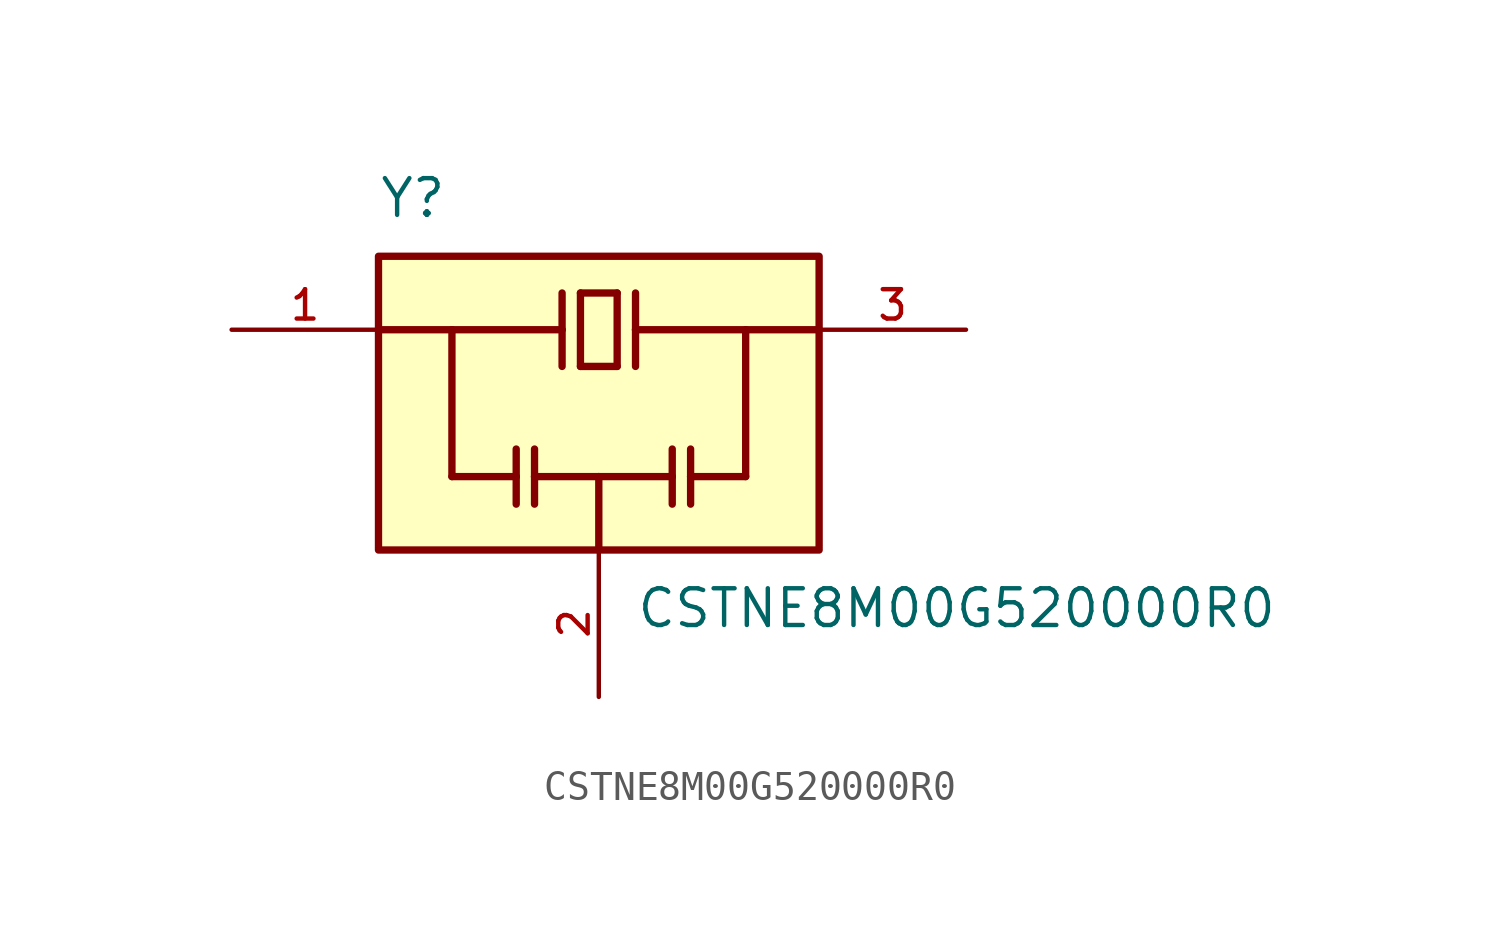
<source format=kicad_sym>
(kicad_symbol_lib
  (version 20211014)
  (generator kicad_symbol_editor)
  (symbol "CSTNE8M00G520000R0"
    (pin_names
      (offset 1.016))
    (property "Reference" "Y"
      (at -7.62 6.35 0)
      (effects (font (size 1.27 1.27)) (justify bottom left)))
    (property "Value" "CSTNE8M00G520000R0"
      (at 1.27 -6.35 0.0)
      (effects (font (size 1.27 1.27)) (justify top left)))
    (symbol "CSTNE8M00G520000R0_0_0"
      (polyline (pts (xy -1.27 3.81) (xy -1.27 2.54)) (stroke (width 0.254)))
      (polyline (pts (xy -1.27 2.54) (xy -1.27 1.27)) (stroke (width 0.254)))
      (polyline (pts (xy -0.635 1.27) (xy -0.635 3.81)) (stroke (width 0.254)))
      (polyline (pts (xy -0.635 3.81) (xy 0.635 3.81)) (stroke (width 0.254)))
      (polyline (pts (xy 0.635 3.81) (xy 0.635 1.27)) (stroke (width 0.254)))
      (polyline (pts (xy 0.635 1.27) (xy -0.635 1.27)) (stroke (width 0.254)))
      (polyline (pts (xy 1.27 3.81) (xy 1.27 2.54)) (stroke (width 0.254)))
      (polyline (pts (xy 1.27 2.54) (xy 1.27 1.27)) (stroke (width 0.254)))
      (polyline (pts (xy -2.857 -1.587) (xy -2.857 -2.54)) (stroke (width 0.254)))
      (polyline (pts (xy -2.857 -2.54) (xy -2.857 -3.493)) (stroke (width 0.254)))
      (polyline (pts (xy -2.223 -1.587) (xy -2.223 -2.54)) (stroke (width 0.254)))
      (polyline (pts (xy -2.223 -2.54) (xy -2.223 -3.493)) (stroke (width 0.254)))
      (polyline (pts (xy 2.54 -1.587) (xy 2.54 -2.54)) (stroke (width 0.254)))
      (polyline (pts (xy 2.54 -2.54) (xy 2.54 -3.493)) (stroke (width 0.254)))
      (polyline (pts (xy 3.175 -1.587) (xy 3.175 -2.54)) (stroke (width 0.254)))
      (polyline (pts (xy 3.175 -2.54) (xy 3.175 -3.493)) (stroke (width 0.254)))
      (polyline (pts (xy -7.62 2.54) (xy -5.08 2.54)) (stroke (width 0.254)))
      (polyline (pts (xy -5.08 2.54) (xy -1.27 2.54)) (stroke (width 0.254)))
      (polyline (pts (xy 1.27 2.54) (xy 5.08 2.54)) (stroke (width 0.254)))
      (polyline (pts (xy 5.08 2.54) (xy 7.62 2.54)) (stroke (width 0.254)))
      (polyline (pts (xy -2.857 -2.54) (xy -5.08 -2.54)) (stroke (width 0.254)))
      (polyline (pts (xy -5.08 -2.54) (xy -5.08 2.54)) (stroke (width 0.254)))
      (polyline (pts (xy 3.175 -2.54) (xy 5.08 -2.54)) (stroke (width 0.254)))
      (polyline (pts (xy 5.08 -2.54) (xy 5.08 2.54)) (stroke (width 0.254)))
      (polyline (pts (xy 0.0 -5.08) (xy 0.0 -2.54)) (stroke (width 0.254)))
      (polyline (pts (xy 0.0 -2.54) (xy -2.223 -2.54)) (stroke (width 0.254)))
      (polyline (pts (xy 0.0 -2.54) (xy 2.54 -2.54)) (stroke (width 0.254)))
      (rectangle (start -7.62 -5.08) (end 7.62 5.08) (stroke (width 0.254)) (fill (type background)))
      (pin input line (at -12.7 2.54 0) (length 5.08) (name "~" (effects (font (size 1.016 1.016)))) (number "1" (effects (font (size 1.016 1.016)))))
      (pin output line (at 12.7 2.54 180.0) (length 5.08) (name "~" (effects (font (size 1.016 1.016)))) (number "3" (effects (font (size 1.016 1.016)))))
      (pin power_in line (at 0.0 -10.16 90.0) (length 5.08) (name "~" (effects (font (size 1.016 1.016)))) (number "2" (effects (font (size 1.016 1.016))))))))
</source>
